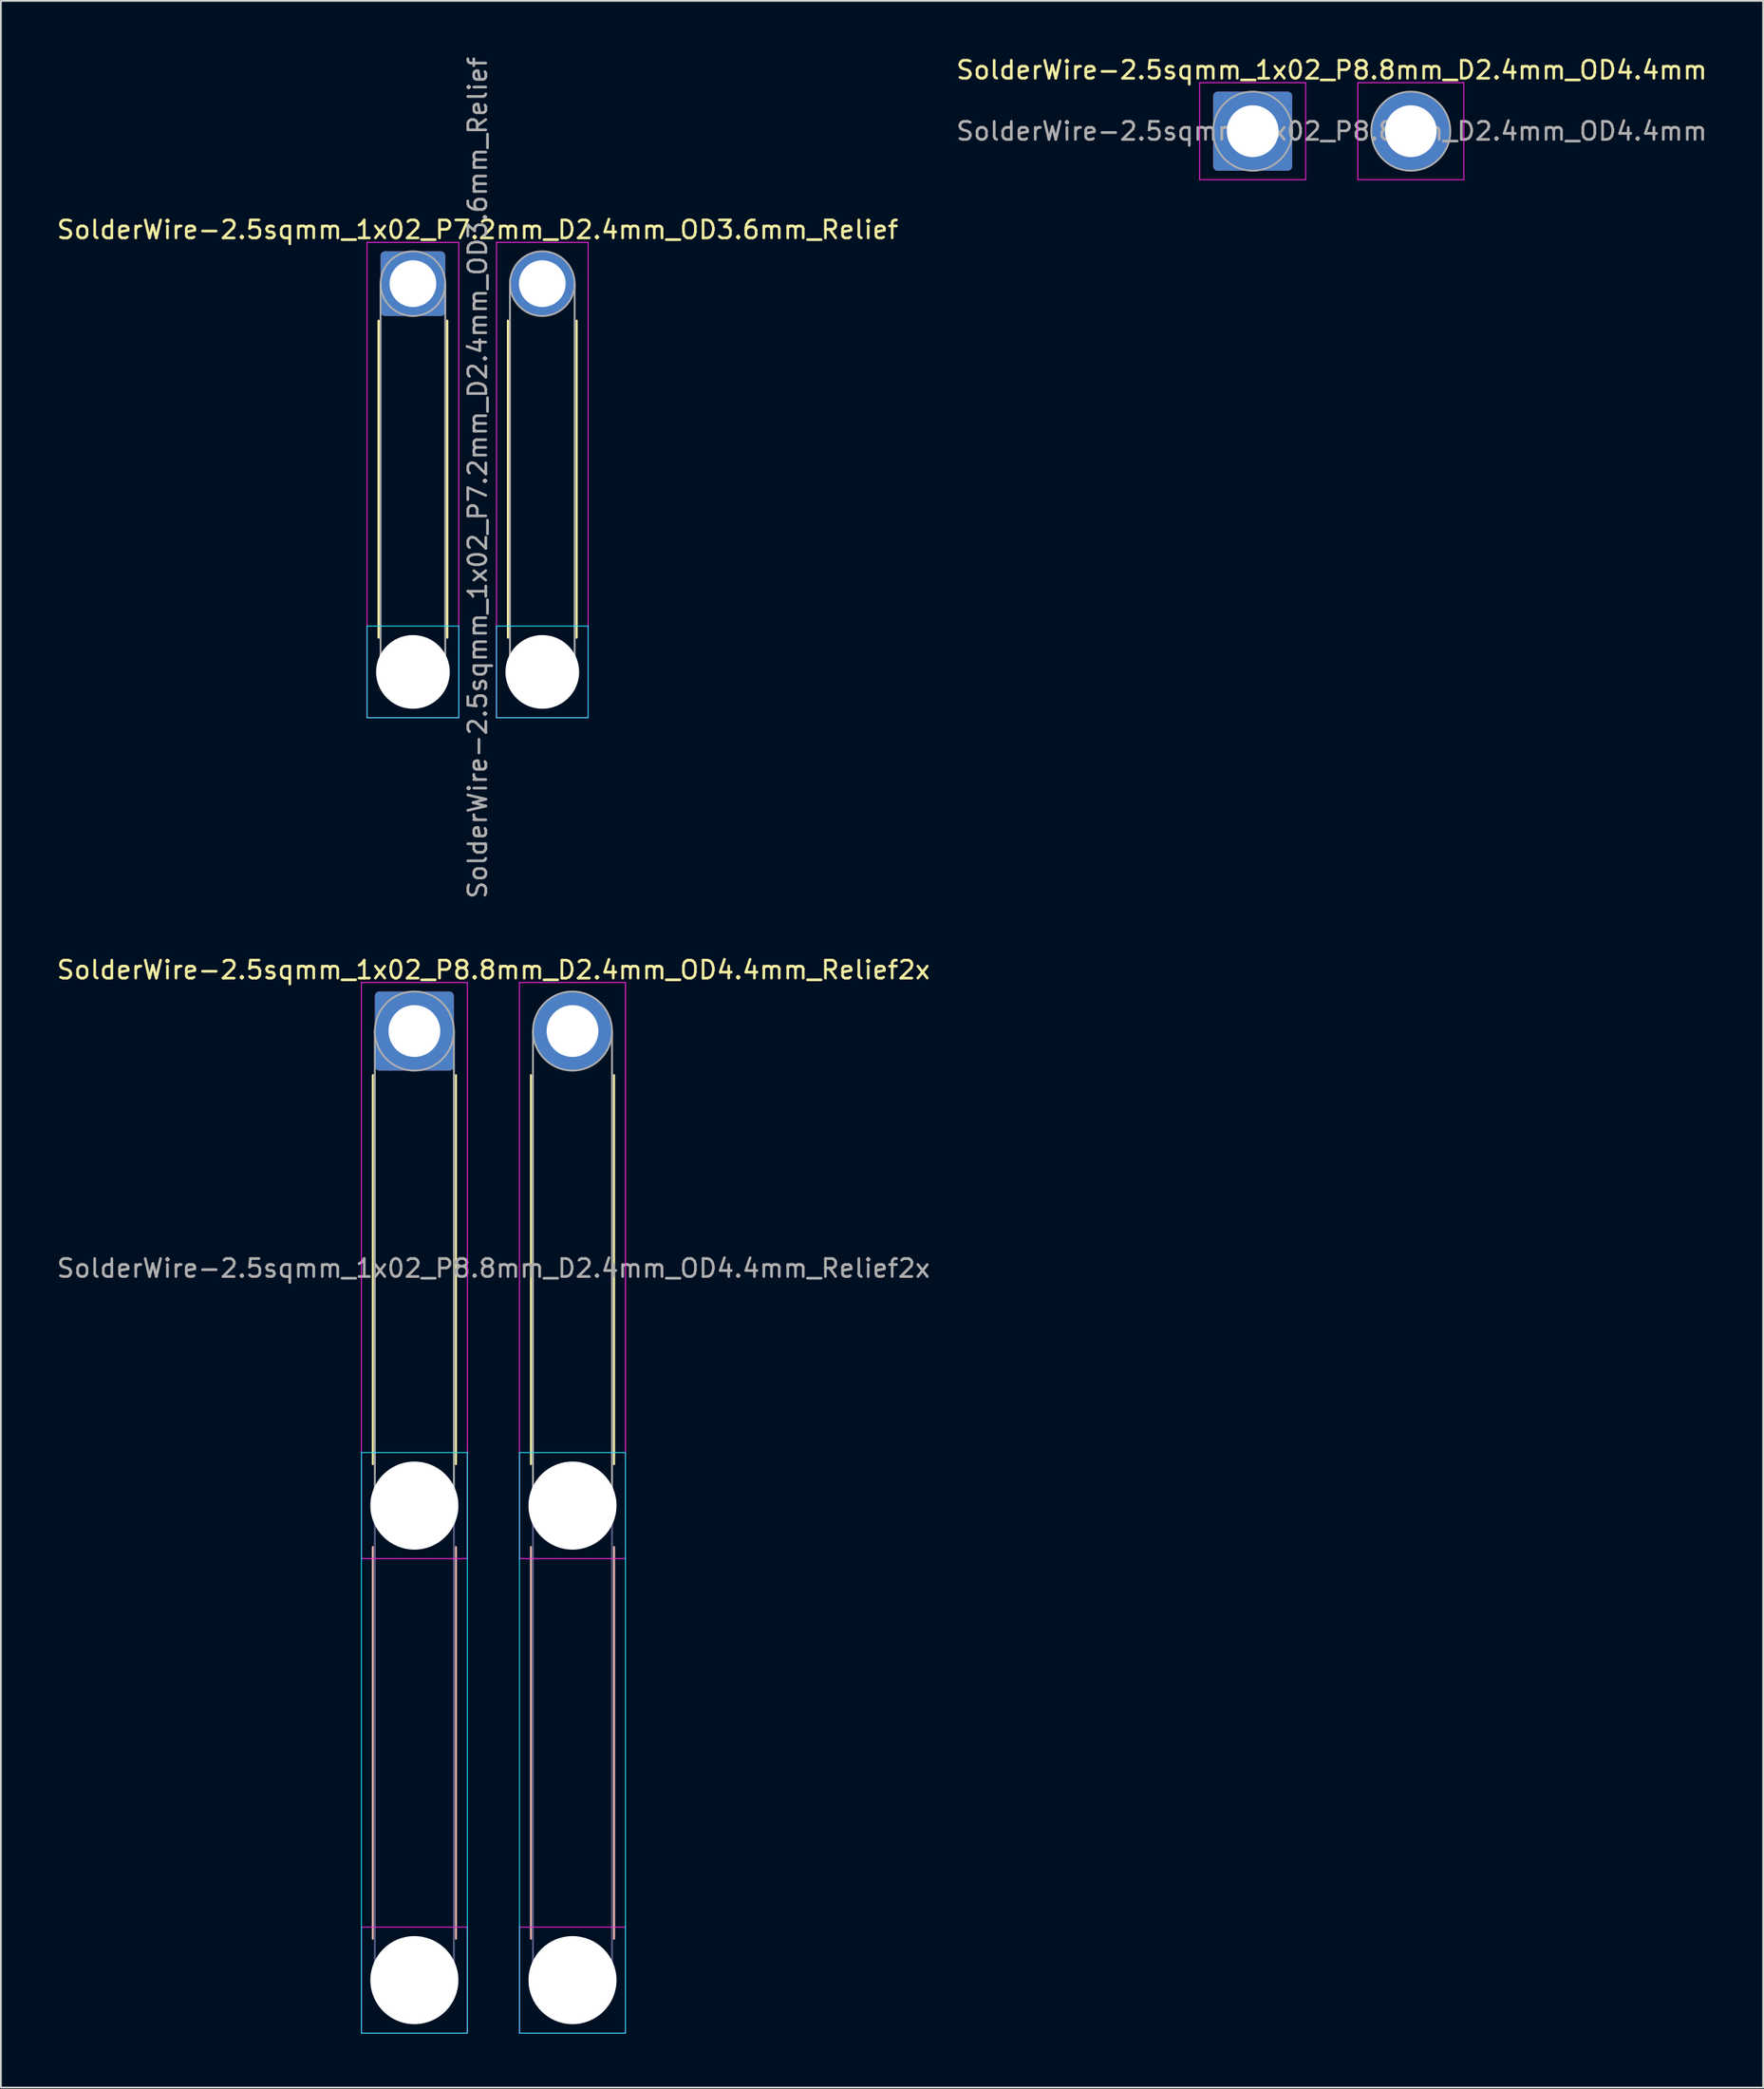
<source format=kicad_pcb>
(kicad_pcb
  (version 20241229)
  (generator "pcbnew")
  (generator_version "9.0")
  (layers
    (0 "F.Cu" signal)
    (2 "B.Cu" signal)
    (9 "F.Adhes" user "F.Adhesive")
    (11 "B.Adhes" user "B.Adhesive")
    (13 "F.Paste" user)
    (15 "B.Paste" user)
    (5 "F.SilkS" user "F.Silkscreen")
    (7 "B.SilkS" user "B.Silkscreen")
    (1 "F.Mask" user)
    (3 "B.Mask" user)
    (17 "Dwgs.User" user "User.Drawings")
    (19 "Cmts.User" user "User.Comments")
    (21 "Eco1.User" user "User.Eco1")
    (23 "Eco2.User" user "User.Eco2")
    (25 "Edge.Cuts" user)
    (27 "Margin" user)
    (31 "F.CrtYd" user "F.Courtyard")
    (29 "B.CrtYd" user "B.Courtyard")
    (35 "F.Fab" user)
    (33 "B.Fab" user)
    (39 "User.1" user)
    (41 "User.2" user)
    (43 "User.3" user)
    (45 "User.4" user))
  (footprint "SolderWire-2.5sqmm_1x02_P8.8mm_D2.4mm_OD4.4mm"
    (layer "F.Cu")
    (at 66.665 4.248)
    (property "Reference" "SolderWire-2.5sqmm_1x02_P8.8mm_D2.4mm_OD4.4mm" (at 4.4 -3.4 0) (layer "F.SilkS") (effects (font (size 1 1) (thickness 0.15))))
    (attr exclude_from_pos_files exclude_from_bom)
    (fp_line (start -2.95 -2.7) (end -2.95 2.7) (stroke (width 0.05) (type solid)) (layer "F.CrtYd"))
    (fp_line (start -2.95 2.7) (end 2.95 2.7) (stroke (width 0.05) (type solid)) (layer "F.CrtYd"))
    (fp_line (start 2.95 -2.7) (end -2.95 -2.7) (stroke (width 0.05) (type solid)) (layer "F.CrtYd"))
    (fp_line (start 2.95 2.7) (end 2.95 -2.7) (stroke (width 0.05) (type solid)) (layer "F.CrtYd"))
    (fp_line (start 5.85 -2.7) (end 5.85 2.7) (stroke (width 0.05) (type solid)) (layer "F.CrtYd"))
    (fp_line (start 5.85 2.7) (end 11.75 2.7) (stroke (width 0.05) (type solid)) (layer "F.CrtYd"))
    (fp_line (start 11.75 -2.7) (end 5.85 -2.7) (stroke (width 0.05) (type solid)) (layer "F.CrtYd"))
    (fp_line (start 11.75 2.7) (end 11.75 -2.7) (stroke (width 0.05) (type solid)) (layer "F.CrtYd"))
    (fp_circle (center 0 0) (end 2.2 0) (stroke (width 0.1) (type solid)) (fill no) (layer "F.Fab"))
    (fp_circle (center 8.8 0) (end 11 0) (stroke (width 0.1) (type solid)) (fill no) (layer "F.Fab"))
    (fp_text user "${REFERENCE}" (at 4.4 0 0) (layer "F.Fab") (effects (font (size 1 1) (thickness 0.15))))
    (pad "1" thru_hole roundrect (at 0 0) (size 4.4 4.4) (drill 2.88) (layers "*.Cu" "*.Mask") (roundrect_rratio 0.057))
    (pad "2" thru_hole circle (at 8.8 0) (size 4.4 4.4) (drill 2.88) (layers "*.Cu" "*.Mask")))
  (footprint "SolderWire-2.5sqmm_1x02_P8.8mm_D2.4mm_OD4.4mm_Relief2x"
    (layer "F.Cu")
    (at 20.011 54.308)
    (property "Reference" "SolderWire-2.5sqmm_1x02_P8.8mm_D2.4mm_OD4.4mm_Relief2x" (at 4.4 -3.4 0) (layer "F.SilkS") (effects (font (size 1 1) (thickness 0.15))))
    (attr exclude_from_pos_files exclude_from_bom)
    (fp_line (start -2.31 2.46) (end -2.31 24.09) (stroke (width 0.12) (type solid)) (layer "F.SilkS"))
    (fp_line (start 2.31 2.46) (end 2.31 24.09) (stroke (width 0.12) (type solid)) (layer "F.SilkS"))
    (fp_line (start 6.49 2.46) (end 6.49 24.09) (stroke (width 0.12) (type solid)) (layer "F.SilkS"))
    (fp_line (start 11.11 2.46) (end 11.11 24.09) (stroke (width 0.12) (type solid)) (layer "F.SilkS"))
    (fp_line (start -2.31 28.71) (end -2.31 50.49) (stroke (width 0.12) (type solid)) (layer "B.SilkS"))
    (fp_line (start 2.31 28.71) (end 2.31 50.49) (stroke (width 0.12) (type solid)) (layer "B.SilkS"))
    (fp_line (start 6.49 28.71) (end 6.49 50.49) (stroke (width 0.12) (type solid)) (layer "B.SilkS"))
    (fp_line (start 11.11 28.71) (end 11.11 50.49) (stroke (width 0.12) (type solid)) (layer "B.SilkS"))
    (fp_line (start -2.95 23.45) (end -2.95 55.75) (stroke (width 0.05) (type solid)) (layer "B.CrtYd"))
    (fp_line (start -2.95 55.75) (end 2.95 55.75) (stroke (width 0.05) (type solid)) (layer "B.CrtYd"))
    (fp_line (start 2.95 23.45) (end -2.95 23.45) (stroke (width 0.05) (type solid)) (layer "B.CrtYd"))
    (fp_line (start 2.95 55.75) (end 2.95 23.45) (stroke (width 0.05) (type solid)) (layer "B.CrtYd"))
    (fp_line (start 5.85 23.45) (end 5.85 55.75) (stroke (width 0.05) (type solid)) (layer "B.CrtYd"))
    (fp_line (start 5.85 55.75) (end 11.75 55.75) (stroke (width 0.05) (type solid)) (layer "B.CrtYd"))
    (fp_line (start 11.75 23.45) (end 5.85 23.45) (stroke (width 0.05) (type solid)) (layer "B.CrtYd"))
    (fp_line (start 11.75 55.75) (end 11.75 23.45) (stroke (width 0.05) (type solid)) (layer "B.CrtYd"))
    (fp_line (start -2.95 -2.7) (end -2.95 29.35) (stroke (width 0.05) (type solid)) (layer "F.CrtYd"))
    (fp_line (start -2.95 29.35) (end 2.95 29.35) (stroke (width 0.05) (type solid)) (layer "F.CrtYd"))
    (fp_line (start -2.95 49.85) (end -2.95 55.75) (stroke (width 0.05) (type solid)) (layer "F.CrtYd"))
    (fp_line (start -2.95 55.75) (end 2.95 55.75) (stroke (width 0.05) (type solid)) (layer "F.CrtYd"))
    (fp_line (start 2.95 -2.7) (end -2.95 -2.7) (stroke (width 0.05) (type solid)) (layer "F.CrtYd"))
    (fp_line (start 2.95 29.35) (end 2.95 -2.7) (stroke (width 0.05) (type solid)) (layer "F.CrtYd"))
    (fp_line (start 2.95 49.85) (end -2.95 49.85) (stroke (width 0.05) (type solid)) (layer "F.CrtYd"))
    (fp_line (start 2.95 55.75) (end 2.95 49.85) (stroke (width 0.05) (type solid)) (layer "F.CrtYd"))
    (fp_line (start 5.85 -2.7) (end 5.85 29.35) (stroke (width 0.05) (type solid)) (layer "F.CrtYd"))
    (fp_line (start 5.85 29.35) (end 11.75 29.35) (stroke (width 0.05) (type solid)) (layer "F.CrtYd"))
    (fp_line (start 5.85 49.85) (end 5.85 55.75) (stroke (width 0.05) (type solid)) (layer "F.CrtYd"))
    (fp_line (start 5.85 55.75) (end 11.75 55.75) (stroke (width 0.05) (type solid)) (layer "F.CrtYd"))
    (fp_line (start 11.75 -2.7) (end 5.85 -2.7) (stroke (width 0.05) (type solid)) (layer "F.CrtYd"))
    (fp_line (start 11.75 29.35) (end 11.75 -2.7) (stroke (width 0.05) (type solid)) (layer "F.CrtYd"))
    (fp_line (start 11.75 49.85) (end 5.85 49.85) (stroke (width 0.05) (type solid)) (layer "F.CrtYd"))
    (fp_line (start 11.75 55.75) (end 11.75 49.85) (stroke (width 0.05) (type solid)) (layer "F.CrtYd"))
    (fp_line (start -2.2 26.4) (end -2.2 52.8) (stroke (width 0.1) (type solid)) (layer "B.Fab"))
    (fp_line (start 2.2 26.4) (end 2.2 52.8) (stroke (width 0.1) (type solid)) (layer "B.Fab"))
    (fp_line (start 6.6 26.4) (end 6.6 52.8) (stroke (width 0.1) (type solid)) (layer "B.Fab"))
    (fp_line (start 11 26.4) (end 11 52.8) (stroke (width 0.1) (type solid)) (layer "B.Fab"))
    (fp_circle (center 0 26.4) (end 2.2 26.4) (stroke (width 0.1) (type solid)) (fill no) (layer "B.Fab"))
    (fp_circle (center 0 52.8) (end 2.2 52.8) (stroke (width 0.1) (type solid)) (fill no) (layer "B.Fab"))
    (fp_circle (center 8.8 26.4) (end 11 26.4) (stroke (width 0.1) (type solid)) (fill no) (layer "B.Fab"))
    (fp_circle (center 8.8 52.8) (end 11 52.8) (stroke (width 0.1) (type solid)) (fill no) (layer "B.Fab"))
    (fp_line (start -2.2 0) (end -2.2 26.4) (stroke (width 0.1) (type solid)) (layer "F.Fab"))
    (fp_line (start 2.2 0) (end 2.2 26.4) (stroke (width 0.1) (type solid)) (layer "F.Fab"))
    (fp_line (start 6.6 0) (end 6.6 26.4) (stroke (width 0.1) (type solid)) (layer "F.Fab"))
    (fp_line (start 11 0) (end 11 26.4) (stroke (width 0.1) (type solid)) (layer "F.Fab"))
    (fp_circle (center 0 0) (end 2.2 0) (stroke (width 0.1) (type solid)) (fill no) (layer "F.Fab"))
    (fp_circle (center 0 26.4) (end 2.2 26.4) (stroke (width 0.1) (type solid)) (fill no) (layer "F.Fab"))
    (fp_circle (center 0 52.8) (end 2.2 52.8) (stroke (width 0.1) (type solid)) (fill no) (layer "F.Fab"))
    (fp_circle (center 8.8 0) (end 11 0) (stroke (width 0.1) (type solid)) (fill no) (layer "F.Fab"))
    (fp_circle (center 8.8 26.4) (end 11 26.4) (stroke (width 0.1) (type solid)) (fill no) (layer "F.Fab"))
    (fp_circle (center 8.8 52.8) (end 11 52.8) (stroke (width 0.1) (type solid)) (fill no) (layer "F.Fab"))
    (fp_text user "${REFERENCE}" (at 4.4 13.2 0) (layer "F.Fab") (effects (font (size 1 1) (thickness 0.15))))
    (pad "" np_thru_hole circle (at 0 26.4) (size 4.9 4.9) (drill 4.9) (layers "*.Cu" "*.Mask"))
    (pad "" np_thru_hole circle (at 0 52.8) (size 4.9 4.9) (drill 4.9) (layers "*.Cu" "*.Mask"))
    (pad "" np_thru_hole circle (at 8.8 26.4) (size 4.9 4.9) (drill 4.9) (layers "*.Cu" "*.Mask"))
    (pad "" np_thru_hole circle (at 8.8 52.8) (size 4.9 4.9) (drill 4.9) (layers "*.Cu" "*.Mask"))
    (pad "1" thru_hole roundrect (at 0 0) (size 4.4 4.4) (drill 2.88) (layers "*.Cu" "*.Mask") (roundrect_rratio 0.057))
    (pad "2" thru_hole circle (at 8.8 0) (size 4.4 4.4) (drill 2.88) (layers "*.Cu" "*.Mask")))
  (footprint "SolderWire-2.5sqmm_1x02_P7.2mm_D2.4mm_OD3.6mm_Relief"
    (layer "F.Cu")
    (at 19.93 12.73)
    (property "Reference" "SolderWire-2.5sqmm_1x02_P7.2mm_D2.4mm_OD3.6mm_Relief" (at 3.6 -3 0) (layer "F.SilkS") (effects (font (size 1 1) (thickness 0.15))))
    (attr exclude_from_pos_files exclude_from_bom)
    (fp_line (start -1.91 2.06) (end -1.91 19.69) (stroke (width 0.12) (type solid)) (layer "F.SilkS"))
    (fp_line (start 1.91 2.06) (end 1.91 19.69) (stroke (width 0.12) (type solid)) (layer "F.SilkS"))
    (fp_line (start 5.29 2.06) (end 5.29 19.69) (stroke (width 0.12) (type solid)) (layer "F.SilkS"))
    (fp_line (start 9.11 2.06) (end 9.11 19.69) (stroke (width 0.12) (type solid)) (layer "F.SilkS"))
    (fp_line (start -2.55 19.05) (end -2.55 24.15) (stroke (width 0.05) (type solid)) (layer "B.CrtYd"))
    (fp_line (start -2.55 24.15) (end 2.55 24.15) (stroke (width 0.05) (type solid)) (layer "B.CrtYd"))
    (fp_line (start 2.55 19.05) (end -2.55 19.05) (stroke (width 0.05) (type solid)) (layer "B.CrtYd"))
    (fp_line (start 2.55 24.15) (end 2.55 19.05) (stroke (width 0.05) (type solid)) (layer "B.CrtYd"))
    (fp_line (start 4.65 19.05) (end 4.65 24.15) (stroke (width 0.05) (type solid)) (layer "B.CrtYd"))
    (fp_line (start 4.65 24.15) (end 9.75 24.15) (stroke (width 0.05) (type solid)) (layer "B.CrtYd"))
    (fp_line (start 9.75 19.05) (end 4.65 19.05) (stroke (width 0.05) (type solid)) (layer "B.CrtYd"))
    (fp_line (start 9.75 24.15) (end 9.75 19.05) (stroke (width 0.05) (type solid)) (layer "B.CrtYd"))
    (fp_line (start -2.55 -2.3) (end -2.55 24.15) (stroke (width 0.05) (type solid)) (layer "F.CrtYd"))
    (fp_line (start -2.55 24.15) (end 2.55 24.15) (stroke (width 0.05) (type solid)) (layer "F.CrtYd"))
    (fp_line (start 2.55 -2.3) (end -2.55 -2.3) (stroke (width 0.05) (type solid)) (layer "F.CrtYd"))
    (fp_line (start 2.55 24.15) (end 2.55 -2.3) (stroke (width 0.05) (type solid)) (layer "F.CrtYd"))
    (fp_line (start 4.65 -2.3) (end 4.65 24.15) (stroke (width 0.05) (type solid)) (layer "F.CrtYd"))
    (fp_line (start 4.65 24.15) (end 9.75 24.15) (stroke (width 0.05) (type solid)) (layer "F.CrtYd"))
    (fp_line (start 9.75 -2.3) (end 4.65 -2.3) (stroke (width 0.05) (type solid)) (layer "F.CrtYd"))
    (fp_line (start 9.75 24.15) (end 9.75 -2.3) (stroke (width 0.05) (type solid)) (layer "F.CrtYd"))
    (fp_line (start -1.8 0) (end -1.8 21.6) (stroke (width 0.1) (type solid)) (layer "F.Fab"))
    (fp_line (start 1.8 0) (end 1.8 21.6) (stroke (width 0.1) (type solid)) (layer "F.Fab"))
    (fp_line (start 5.4 0) (end 5.4 21.6) (stroke (width 0.1) (type solid)) (layer "F.Fab"))
    (fp_line (start 9 0) (end 9 21.6) (stroke (width 0.1) (type solid)) (layer "F.Fab"))
    (fp_circle (center 0 0) (end 1.8 0) (stroke (width 0.1) (type solid)) (fill no) (layer "F.Fab"))
    (fp_circle (center 0 21.6) (end 1.8 21.6) (stroke (width 0.1) (type solid)) (fill no) (layer "F.Fab"))
    (fp_circle (center 7.2 0) (end 9 0) (stroke (width 0.1) (type solid)) (fill no) (layer "F.Fab"))
    (fp_circle (center 7.2 21.6) (end 9 21.6) (stroke (width 0.1) (type solid)) (fill no) (layer "F.Fab"))
    (fp_text user "${REFERENCE}" (at 3.6 10.8 90) (layer "F.Fab") (effects (font (size 1 1) (thickness 0.15))))
    (pad "" np_thru_hole circle (at 0 21.6) (size 4.1 4.1) (drill 4.1) (layers "*.Cu" "*.Mask"))
    (pad "" np_thru_hole circle (at 7.2 21.6) (size 4.1 4.1) (drill 4.1) (layers "*.Cu" "*.Mask"))
    (pad "1" thru_hole roundrect (at 0 0) (size 3.6 3.6) (drill 2.6) (layers "*.Cu" "*.Mask") (roundrect_rratio 0.069))
    (pad "2" thru_hole circle (at 7.2 0) (size 3.6 3.6) (drill 2.6) (layers "*.Cu" "*.Mask")))
  (gr_rect
    (start -3 -3)
    (end 95.071 113.083)
    (stroke (width 0.1) (type default))
    (fill no)
    (layer "Edge.Cuts")))
</source>
